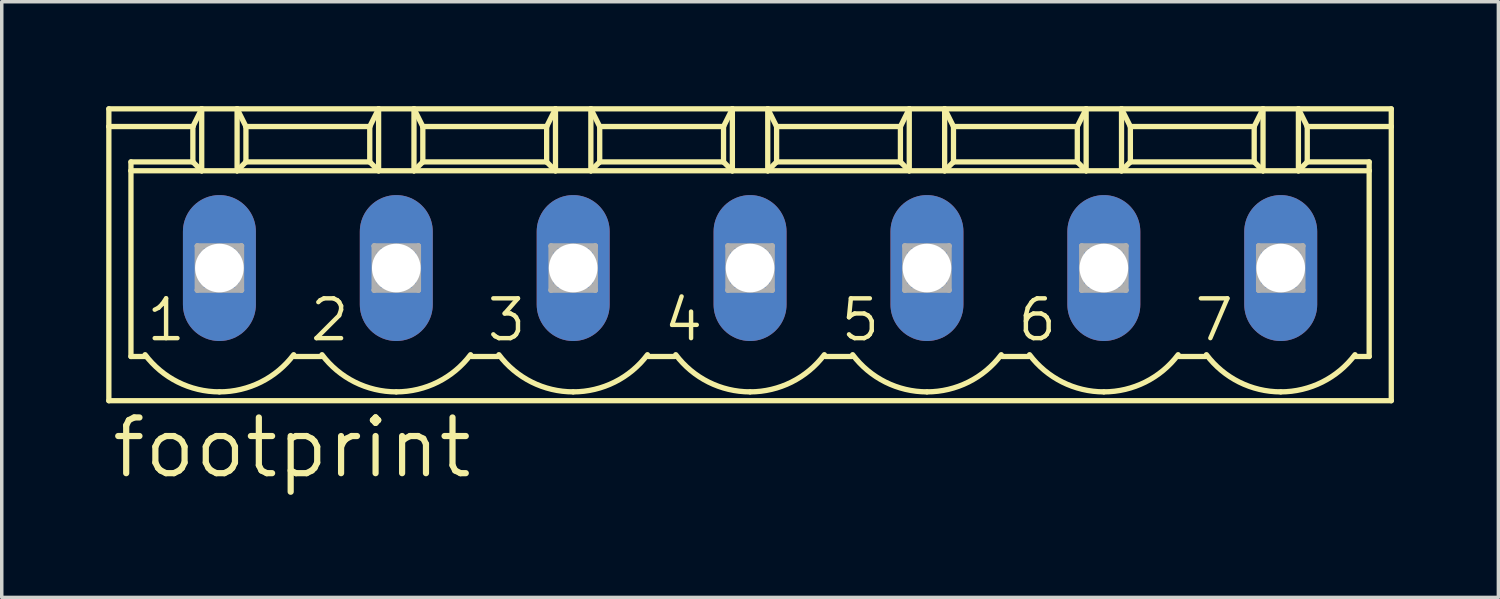
<source format=kicad_pcb>
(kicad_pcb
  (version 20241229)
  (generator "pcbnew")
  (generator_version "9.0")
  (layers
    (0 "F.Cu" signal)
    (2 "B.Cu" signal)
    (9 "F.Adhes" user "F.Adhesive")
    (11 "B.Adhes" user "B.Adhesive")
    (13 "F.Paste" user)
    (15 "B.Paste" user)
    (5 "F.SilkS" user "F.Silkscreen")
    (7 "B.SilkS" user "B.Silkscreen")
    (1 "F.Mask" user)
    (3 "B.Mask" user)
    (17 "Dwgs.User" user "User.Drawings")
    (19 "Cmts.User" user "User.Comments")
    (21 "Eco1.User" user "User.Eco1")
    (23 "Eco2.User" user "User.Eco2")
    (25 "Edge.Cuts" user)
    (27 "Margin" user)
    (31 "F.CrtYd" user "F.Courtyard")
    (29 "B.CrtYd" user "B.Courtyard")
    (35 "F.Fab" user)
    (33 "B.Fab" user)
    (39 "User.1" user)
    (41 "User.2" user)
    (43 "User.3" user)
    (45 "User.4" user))
  (footprint "footprint"
    (layer "F.Cu")
    (at 18.491 4.648)
    (property "Reference" "footprint" (at -18.415 6.096 0) (layer "F.SilkS") (effects (font (size 1.6 1.6) (thickness 0.178)) (justify left bottom)))
    (fp_line (start -18.415 -4.572) (end -18.415 -4.064) (stroke (width 0.152) (type solid)) (layer "F.SilkS"))
    (fp_line (start -18.415 -4.572) (end -15.748 -4.572) (stroke (width 0.152) (type solid)) (layer "F.SilkS"))
    (fp_line (start -18.415 -4.064) (end -18.415 3.81) (stroke (width 0.152) (type solid)) (layer "F.SilkS"))
    (fp_line (start -18.415 -4.064) (end -16.002 -4.064) (stroke (width 0.152) (type solid)) (layer "F.SilkS"))
    (fp_line (start -18.415 3.81) (end 18.415 3.81) (stroke (width 0.152) (type solid)) (layer "F.SilkS"))
    (fp_line (start -17.78 -2.794) (end -17.78 -3.048) (stroke (width 0.152) (type solid)) (layer "F.SilkS"))
    (fp_line (start -17.78 -2.794) (end -15.748 -2.794) (stroke (width 0.152) (type solid)) (layer "F.SilkS"))
    (fp_line (start -17.78 2.54) (end -17.78 -2.794) (stroke (width 0.152) (type solid)) (layer "F.SilkS"))
    (fp_line (start -17.78 2.54) (end -17.348 2.54) (stroke (width 0.152) (type solid)) (layer "F.SilkS"))
    (fp_line (start -16.002 -4.064) (end -16.002 -3.048) (stroke (width 0.152) (type solid)) (layer "F.SilkS"))
    (fp_line (start -16.002 -4.064) (end -15.748 -4.572) (stroke (width 0.152) (type solid)) (layer "F.SilkS"))
    (fp_line (start -16.002 -3.048) (end -17.78 -3.048) (stroke (width 0.152) (type solid)) (layer "F.SilkS"))
    (fp_line (start -16.002 -3.048) (end -15.748 -2.794) (stroke (width 0.152) (type solid)) (layer "F.SilkS"))
    (fp_line (start -15.748 -4.572) (end -14.732 -4.572) (stroke (width 0.152) (type solid)) (layer "F.SilkS"))
    (fp_line (start -15.748 -2.794) (end -15.748 -4.572) (stroke (width 0.152) (type solid)) (layer "F.SilkS"))
    (fp_line (start -15.748 -2.794) (end -14.732 -2.794) (stroke (width 0.152) (type solid)) (layer "F.SilkS"))
    (fp_line (start -14.732 -4.572) (end -14.478 -4.064) (stroke (width 0.152) (type solid)) (layer "F.SilkS"))
    (fp_line (start -14.732 -4.572) (end -10.668 -4.572) (stroke (width 0.152) (type solid)) (layer "F.SilkS"))
    (fp_line (start -14.732 -2.794) (end -14.732 -4.572) (stroke (width 0.152) (type solid)) (layer "F.SilkS"))
    (fp_line (start -14.732 -2.794) (end -10.668 -2.794) (stroke (width 0.152) (type solid)) (layer "F.SilkS"))
    (fp_line (start -14.478 -4.064) (end -14.478 -3.048) (stroke (width 0.152) (type solid)) (layer "F.SilkS"))
    (fp_line (start -14.478 -4.064) (end -10.922 -4.064) (stroke (width 0.152) (type solid)) (layer "F.SilkS"))
    (fp_line (start -14.478 -3.048) (end -14.732 -2.794) (stroke (width 0.152) (type solid)) (layer "F.SilkS"))
    (fp_line (start -13.081 2.54) (end -12.319 2.54) (stroke (width 0.152) (type solid)) (layer "F.SilkS"))
    (fp_line (start -10.922 -4.064) (end -10.922 -3.048) (stroke (width 0.152) (type solid)) (layer "F.SilkS"))
    (fp_line (start -10.922 -4.064) (end -10.668 -4.572) (stroke (width 0.152) (type solid)) (layer "F.SilkS"))
    (fp_line (start -10.922 -3.048) (end -14.478 -3.048) (stroke (width 0.152) (type solid)) (layer "F.SilkS"))
    (fp_line (start -10.922 -3.048) (end -10.668 -2.794) (stroke (width 0.152) (type solid)) (layer "F.SilkS"))
    (fp_line (start -10.668 -4.572) (end -9.652 -4.572) (stroke (width 0.152) (type solid)) (layer "F.SilkS"))
    (fp_line (start -10.668 -2.794) (end -10.668 -4.572) (stroke (width 0.152) (type solid)) (layer "F.SilkS"))
    (fp_line (start -10.668 -2.794) (end -9.652 -2.794) (stroke (width 0.152) (type solid)) (layer "F.SilkS"))
    (fp_line (start -9.652 -4.572) (end -9.398 -4.064) (stroke (width 0.152) (type solid)) (layer "F.SilkS"))
    (fp_line (start -9.652 -4.572) (end -5.588 -4.572) (stroke (width 0.152) (type solid)) (layer "F.SilkS"))
    (fp_line (start -9.652 -2.794) (end -9.652 -4.572) (stroke (width 0.152) (type solid)) (layer "F.SilkS"))
    (fp_line (start -9.652 -2.794) (end -5.588 -2.794) (stroke (width 0.152) (type solid)) (layer "F.SilkS"))
    (fp_line (start -9.398 -4.064) (end -9.398 -3.048) (stroke (width 0.152) (type solid)) (layer "F.SilkS"))
    (fp_line (start -9.398 -4.064) (end -5.842 -4.064) (stroke (width 0.152) (type solid)) (layer "F.SilkS"))
    (fp_line (start -9.398 -3.048) (end -9.652 -2.794) (stroke (width 0.152) (type solid)) (layer "F.SilkS"))
    (fp_line (start -8.001 2.54) (end -7.239 2.54) (stroke (width 0.152) (type solid)) (layer "F.SilkS"))
    (fp_line (start -5.842 -4.064) (end -5.842 -3.048) (stroke (width 0.152) (type solid)) (layer "F.SilkS"))
    (fp_line (start -5.842 -4.064) (end -5.588 -4.572) (stroke (width 0.152) (type solid)) (layer "F.SilkS"))
    (fp_line (start -5.842 -3.048) (end -9.398 -3.048) (stroke (width 0.152) (type solid)) (layer "F.SilkS"))
    (fp_line (start -5.842 -3.048) (end -5.588 -2.794) (stroke (width 0.152) (type solid)) (layer "F.SilkS"))
    (fp_line (start -5.588 -4.572) (end -4.572 -4.572) (stroke (width 0.152) (type solid)) (layer "F.SilkS"))
    (fp_line (start -5.588 -2.794) (end -5.588 -4.572) (stroke (width 0.152) (type solid)) (layer "F.SilkS"))
    (fp_line (start -5.588 -2.794) (end -4.572 -2.794) (stroke (width 0.152) (type solid)) (layer "F.SilkS"))
    (fp_line (start -4.572 -4.572) (end -4.318 -4.064) (stroke (width 0.152) (type solid)) (layer "F.SilkS"))
    (fp_line (start -4.572 -4.572) (end -0.508 -4.572) (stroke (width 0.152) (type solid)) (layer "F.SilkS"))
    (fp_line (start -4.572 -2.794) (end -4.572 -4.572) (stroke (width 0.152) (type solid)) (layer "F.SilkS"))
    (fp_line (start -4.572 -2.794) (end -0.508 -2.794) (stroke (width 0.152) (type solid)) (layer "F.SilkS"))
    (fp_line (start -4.318 -4.064) (end -4.318 -3.048) (stroke (width 0.152) (type solid)) (layer "F.SilkS"))
    (fp_line (start -4.318 -4.064) (end -0.762 -4.064) (stroke (width 0.152) (type solid)) (layer "F.SilkS"))
    (fp_line (start -4.318 -3.048) (end -4.572 -2.794) (stroke (width 0.152) (type solid)) (layer "F.SilkS"))
    (fp_line (start -4.318 -3.048) (end -0.762 -3.048) (stroke (width 0.152) (type solid)) (layer "F.SilkS"))
    (fp_line (start -2.921 2.54) (end -2.159 2.54) (stroke (width 0.152) (type solid)) (layer "F.SilkS"))
    (fp_line (start -0.762 -4.064) (end -0.762 -3.048) (stroke (width 0.152) (type solid)) (layer "F.SilkS"))
    (fp_line (start -0.762 -4.064) (end -0.508 -4.572) (stroke (width 0.152) (type solid)) (layer "F.SilkS"))
    (fp_line (start -0.762 -3.048) (end -0.508 -2.794) (stroke (width 0.152) (type solid)) (layer "F.SilkS"))
    (fp_line (start -0.508 -4.572) (end 0.508 -4.572) (stroke (width 0.152) (type solid)) (layer "F.SilkS"))
    (fp_line (start -0.508 -2.794) (end -0.508 -4.572) (stroke (width 0.152) (type solid)) (layer "F.SilkS"))
    (fp_line (start -0.508 -2.794) (end 0.508 -2.794) (stroke (width 0.152) (type solid)) (layer "F.SilkS"))
    (fp_line (start 0.508 -4.572) (end 0.762 -4.064) (stroke (width 0.152) (type solid)) (layer "F.SilkS"))
    (fp_line (start 0.508 -4.572) (end 4.572 -4.572) (stroke (width 0.152) (type solid)) (layer "F.SilkS"))
    (fp_line (start 0.508 -2.794) (end 0.508 -4.572) (stroke (width 0.152) (type solid)) (layer "F.SilkS"))
    (fp_line (start 0.508 -2.794) (end 4.572 -2.794) (stroke (width 0.152) (type solid)) (layer "F.SilkS"))
    (fp_line (start 0.762 -4.064) (end 0.762 -3.048) (stroke (width 0.152) (type solid)) (layer "F.SilkS"))
    (fp_line (start 0.762 -4.064) (end 4.318 -4.064) (stroke (width 0.152) (type solid)) (layer "F.SilkS"))
    (fp_line (start 0.762 -3.048) (end 0.508 -2.794) (stroke (width 0.152) (type solid)) (layer "F.SilkS"))
    (fp_line (start 0.762 -3.048) (end 4.318 -3.048) (stroke (width 0.152) (type solid)) (layer "F.SilkS"))
    (fp_line (start 2.159 2.54) (end 2.921 2.54) (stroke (width 0.152) (type solid)) (layer "F.SilkS"))
    (fp_line (start 4.318 -4.064) (end 4.318 -3.048) (stroke (width 0.152) (type solid)) (layer "F.SilkS"))
    (fp_line (start 4.318 -4.064) (end 4.572 -4.572) (stroke (width 0.152) (type solid)) (layer "F.SilkS"))
    (fp_line (start 4.318 -3.048) (end 4.572 -2.794) (stroke (width 0.152) (type solid)) (layer "F.SilkS"))
    (fp_line (start 4.572 -4.572) (end 5.588 -4.572) (stroke (width 0.152) (type solid)) (layer "F.SilkS"))
    (fp_line (start 4.572 -2.794) (end 4.572 -4.572) (stroke (width 0.152) (type solid)) (layer "F.SilkS"))
    (fp_line (start 4.572 -2.794) (end 5.588 -2.794) (stroke (width 0.152) (type solid)) (layer "F.SilkS"))
    (fp_line (start 5.588 -4.572) (end 5.842 -4.064) (stroke (width 0.152) (type solid)) (layer "F.SilkS"))
    (fp_line (start 5.588 -4.572) (end 9.652 -4.572) (stroke (width 0.152) (type solid)) (layer "F.SilkS"))
    (fp_line (start 5.588 -2.794) (end 5.588 -4.572) (stroke (width 0.152) (type solid)) (layer "F.SilkS"))
    (fp_line (start 5.588 -2.794) (end 9.652 -2.794) (stroke (width 0.152) (type solid)) (layer "F.SilkS"))
    (fp_line (start 5.842 -4.064) (end 5.842 -3.048) (stroke (width 0.152) (type solid)) (layer "F.SilkS"))
    (fp_line (start 5.842 -4.064) (end 9.398 -4.064) (stroke (width 0.152) (type solid)) (layer "F.SilkS"))
    (fp_line (start 5.842 -3.048) (end 5.588 -2.794) (stroke (width 0.152) (type solid)) (layer "F.SilkS"))
    (fp_line (start 5.842 -3.048) (end 9.398 -3.048) (stroke (width 0.152) (type solid)) (layer "F.SilkS"))
    (fp_line (start 7.239 2.54) (end 8.001 2.54) (stroke (width 0.152) (type solid)) (layer "F.SilkS"))
    (fp_line (start 9.398 -4.064) (end 9.398 -3.048) (stroke (width 0.152) (type solid)) (layer "F.SilkS"))
    (fp_line (start 9.398 -4.064) (end 9.652 -4.572) (stroke (width 0.152) (type solid)) (layer "F.SilkS"))
    (fp_line (start 9.398 -3.048) (end 9.652 -2.794) (stroke (width 0.152) (type solid)) (layer "F.SilkS"))
    (fp_line (start 9.652 -4.572) (end 10.668 -4.572) (stroke (width 0.152) (type solid)) (layer "F.SilkS"))
    (fp_line (start 9.652 -2.794) (end 9.652 -4.572) (stroke (width 0.152) (type solid)) (layer "F.SilkS"))
    (fp_line (start 9.652 -2.794) (end 10.668 -2.794) (stroke (width 0.152) (type solid)) (layer "F.SilkS"))
    (fp_line (start 10.668 -4.572) (end 10.922 -4.064) (stroke (width 0.152) (type solid)) (layer "F.SilkS"))
    (fp_line (start 10.668 -4.572) (end 14.732 -4.572) (stroke (width 0.152) (type solid)) (layer "F.SilkS"))
    (fp_line (start 10.668 -2.794) (end 10.668 -4.572) (stroke (width 0.152) (type solid)) (layer "F.SilkS"))
    (fp_line (start 10.668 -2.794) (end 14.732 -2.794) (stroke (width 0.152) (type solid)) (layer "F.SilkS"))
    (fp_line (start 10.922 -4.064) (end 10.922 -3.048) (stroke (width 0.152) (type solid)) (layer "F.SilkS"))
    (fp_line (start 10.922 -4.064) (end 14.478 -4.064) (stroke (width 0.152) (type solid)) (layer "F.SilkS"))
    (fp_line (start 10.922 -3.048) (end 10.668 -2.794) (stroke (width 0.152) (type solid)) (layer "F.SilkS"))
    (fp_line (start 10.922 -3.048) (end 14.478 -3.048) (stroke (width 0.152) (type solid)) (layer "F.SilkS"))
    (fp_line (start 12.319 2.54) (end 13.081 2.54) (stroke (width 0.152) (type solid)) (layer "F.SilkS"))
    (fp_line (start 14.478 -4.064) (end 14.478 -3.048) (stroke (width 0.152) (type solid)) (layer "F.SilkS"))
    (fp_line (start 14.478 -4.064) (end 14.732 -4.572) (stroke (width 0.152) (type solid)) (layer "F.SilkS"))
    (fp_line (start 14.478 -3.048) (end 14.732 -2.794) (stroke (width 0.152) (type solid)) (layer "F.SilkS"))
    (fp_line (start 14.732 -4.572) (end 15.748 -4.572) (stroke (width 0.152) (type solid)) (layer "F.SilkS"))
    (fp_line (start 14.732 -2.794) (end 14.732 -4.572) (stroke (width 0.152) (type solid)) (layer "F.SilkS"))
    (fp_line (start 14.732 -2.794) (end 15.748 -2.794) (stroke (width 0.152) (type solid)) (layer "F.SilkS"))
    (fp_line (start 15.748 -4.572) (end 16.002 -4.064) (stroke (width 0.152) (type solid)) (layer "F.SilkS"))
    (fp_line (start 15.748 -4.572) (end 18.415 -4.572) (stroke (width 0.152) (type solid)) (layer "F.SilkS"))
    (fp_line (start 15.748 -2.794) (end 15.748 -4.572) (stroke (width 0.152) (type solid)) (layer "F.SilkS"))
    (fp_line (start 15.748 -2.794) (end 17.78 -2.794) (stroke (width 0.152) (type solid)) (layer "F.SilkS"))
    (fp_line (start 16.002 -4.064) (end 16.002 -3.048) (stroke (width 0.152) (type solid)) (layer "F.SilkS"))
    (fp_line (start 16.002 -4.064) (end 18.415 -4.064) (stroke (width 0.152) (type solid)) (layer "F.SilkS"))
    (fp_line (start 16.002 -3.048) (end 15.748 -2.794) (stroke (width 0.152) (type solid)) (layer "F.SilkS"))
    (fp_line (start 16.002 -3.048) (end 17.78 -3.048) (stroke (width 0.152) (type solid)) (layer "F.SilkS"))
    (fp_line (start 17.348 2.54) (end 17.78 2.54) (stroke (width 0.152) (type solid)) (layer "F.SilkS"))
    (fp_line (start 17.78 -3.048) (end 17.78 -2.794) (stroke (width 0.152) (type solid)) (layer "F.SilkS"))
    (fp_line (start 17.78 -2.794) (end 17.78 2.54) (stroke (width 0.152) (type solid)) (layer "F.SilkS"))
    (fp_line (start 18.415 -4.064) (end 18.415 -4.572) (stroke (width 0.152) (type solid)) (layer "F.SilkS"))
    (fp_line (start 18.415 3.81) (end 18.415 -4.064) (stroke (width 0.152) (type solid)) (layer "F.SilkS"))
    (fp_arc (start -15.239999 3.556) (mid -16.432718 3.274437) (end -17.3736 2.4892) (stroke (width 0.1524) (type solid)) (layer "F.SilkS"))
    (fp_arc (start -13.106399 2.4892) (mid -14.047281 3.274438) (end -15.24 3.556) (stroke (width 0.1524) (type solid)) (layer "F.SilkS"))
    (fp_arc (start -10.159999 3.556) (mid -11.352718 3.274437) (end -12.2936 2.4892) (stroke (width 0.1524) (type solid)) (layer "F.SilkS"))
    (fp_arc (start -8.026399 2.4892) (mid -8.967281 3.274438) (end -10.16 3.556) (stroke (width 0.1524) (type solid)) (layer "F.SilkS"))
    (fp_arc (start -5.079999 3.556) (mid -6.272718 3.274437) (end -7.2136 2.4892) (stroke (width 0.1524) (type solid)) (layer "F.SilkS"))
    (fp_arc (start -2.946399 2.4892) (mid -3.887281 3.274438) (end -5.08 3.556) (stroke (width 0.1524) (type solid)) (layer "F.SilkS"))
    (fp_arc (start 0.000001 3.556) (mid -1.192718 3.274438) (end -2.1336 2.4892) (stroke (width 0.1524) (type solid)) (layer "F.SilkS"))
    (fp_arc (start 2.133601 2.4892) (mid 1.192719 3.274438) (end 0 3.556) (stroke (width 0.1524) (type solid)) (layer "F.SilkS"))
    (fp_arc (start 5.080001 3.556) (mid 3.887282 3.274438) (end 2.9464 2.4892) (stroke (width 0.1524) (type solid)) (layer "F.SilkS"))
    (fp_arc (start 7.2136 2.489199) (mid 6.272719 3.274437) (end 5.08 3.556) (stroke (width 0.1524) (type solid)) (layer "F.SilkS"))
    (fp_arc (start 10.160001 3.556) (mid 8.967282 3.274438) (end 8.0264 2.4892) (stroke (width 0.1524) (type solid)) (layer "F.SilkS"))
    (fp_arc (start 12.2936 2.489199) (mid 11.352719 3.274437) (end 10.16 3.556) (stroke (width 0.1524) (type solid)) (layer "F.SilkS"))
    (fp_arc (start 15.240001 3.556) (mid 14.047282 3.274438) (end 13.1064 2.4892) (stroke (width 0.1524) (type solid)) (layer "F.SilkS"))
    (fp_arc (start 17.3736 2.489199) (mid 16.432719 3.274437) (end 15.24 3.556) (stroke (width 0.1524) (type solid)) (layer "F.SilkS"))
    (fp_line (start -15.875 -0.635) (end -15.875 0.635) (stroke (width 0.152) (type solid)) (layer "F.Fab"))
    (fp_line (start -15.875 -0.635) (end -14.605 0.635) (stroke (width 0.152) (type solid)) (layer "F.Fab"))
    (fp_line (start -15.875 0.635) (end -14.605 -0.635) (stroke (width 0.152) (type solid)) (layer "F.Fab"))
    (fp_line (start -15.875 0.635) (end -14.605 0.635) (stroke (width 0.152) (type solid)) (layer "F.Fab"))
    (fp_line (start -14.605 -0.635) (end -15.875 -0.635) (stroke (width 0.152) (type solid)) (layer "F.Fab"))
    (fp_line (start -14.605 0.635) (end -14.605 -0.635) (stroke (width 0.152) (type solid)) (layer "F.Fab"))
    (fp_line (start -10.795 -0.635) (end -10.795 0.635) (stroke (width 0.152) (type solid)) (layer "F.Fab"))
    (fp_line (start -10.795 -0.635) (end -9.525 0.635) (stroke (width 0.152) (type solid)) (layer "F.Fab"))
    (fp_line (start -10.795 0.635) (end -9.525 -0.635) (stroke (width 0.152) (type solid)) (layer "F.Fab"))
    (fp_line (start -10.795 0.635) (end -9.525 0.635) (stroke (width 0.152) (type solid)) (layer "F.Fab"))
    (fp_line (start -9.525 -0.635) (end -10.795 -0.635) (stroke (width 0.152) (type solid)) (layer "F.Fab"))
    (fp_line (start -9.525 0.635) (end -9.525 -0.635) (stroke (width 0.152) (type solid)) (layer "F.Fab"))
    (fp_line (start -5.715 -0.635) (end -5.715 0.635) (stroke (width 0.152) (type solid)) (layer "F.Fab"))
    (fp_line (start -5.715 -0.635) (end -4.445 0.635) (stroke (width 0.152) (type solid)) (layer "F.Fab"))
    (fp_line (start -5.715 0.635) (end -4.445 -0.635) (stroke (width 0.152) (type solid)) (layer "F.Fab"))
    (fp_line (start -5.715 0.635) (end -4.445 0.635) (stroke (width 0.152) (type solid)) (layer "F.Fab"))
    (fp_line (start -4.445 -0.635) (end -5.715 -0.635) (stroke (width 0.152) (type solid)) (layer "F.Fab"))
    (fp_line (start -4.445 0.635) (end -4.445 -0.635) (stroke (width 0.152) (type solid)) (layer "F.Fab"))
    (fp_line (start -0.635 -0.635) (end -0.635 0.635) (stroke (width 0.152) (type solid)) (layer "F.Fab"))
    (fp_line (start -0.635 -0.635) (end 0.635 0.635) (stroke (width 0.152) (type solid)) (layer "F.Fab"))
    (fp_line (start -0.635 0.635) (end 0.635 -0.635) (stroke (width 0.152) (type solid)) (layer "F.Fab"))
    (fp_line (start -0.635 0.635) (end 0.635 0.635) (stroke (width 0.152) (type solid)) (layer "F.Fab"))
    (fp_line (start 0.635 -0.635) (end -0.635 -0.635) (stroke (width 0.152) (type solid)) (layer "F.Fab"))
    (fp_line (start 0.635 0.635) (end 0.635 -0.635) (stroke (width 0.152) (type solid)) (layer "F.Fab"))
    (fp_line (start 4.445 -0.635) (end 4.445 0.635) (stroke (width 0.152) (type solid)) (layer "F.Fab"))
    (fp_line (start 4.445 -0.635) (end 5.715 0.635) (stroke (width 0.152) (type solid)) (layer "F.Fab"))
    (fp_line (start 4.445 0.635) (end 5.715 -0.635) (stroke (width 0.152) (type solid)) (layer "F.Fab"))
    (fp_line (start 4.445 0.635) (end 5.715 0.635) (stroke (width 0.152) (type solid)) (layer "F.Fab"))
    (fp_line (start 5.715 -0.635) (end 4.445 -0.635) (stroke (width 0.152) (type solid)) (layer "F.Fab"))
    (fp_line (start 5.715 0.635) (end 5.715 -0.635) (stroke (width 0.152) (type solid)) (layer "F.Fab"))
    (fp_line (start 9.525 -0.635) (end 9.525 0.635) (stroke (width 0.152) (type solid)) (layer "F.Fab"))
    (fp_line (start 9.525 -0.635) (end 10.795 0.635) (stroke (width 0.152) (type solid)) (layer "F.Fab"))
    (fp_line (start 9.525 0.635) (end 10.795 -0.635) (stroke (width 0.152) (type solid)) (layer "F.Fab"))
    (fp_line (start 9.525 0.635) (end 10.795 0.635) (stroke (width 0.152) (type solid)) (layer "F.Fab"))
    (fp_line (start 10.795 -0.635) (end 9.525 -0.635) (stroke (width 0.152) (type solid)) (layer "F.Fab"))
    (fp_line (start 10.795 0.635) (end 10.795 -0.635) (stroke (width 0.152) (type solid)) (layer "F.Fab"))
    (fp_line (start 14.605 -0.635) (end 14.605 0.635) (stroke (width 0.152) (type solid)) (layer "F.Fab"))
    (fp_line (start 14.605 -0.635) (end 15.875 0.635) (stroke (width 0.152) (type solid)) (layer "F.Fab"))
    (fp_line (start 14.605 0.635) (end 15.875 -0.635) (stroke (width 0.152) (type solid)) (layer "F.Fab"))
    (fp_line (start 14.605 0.635) (end 15.875 0.635) (stroke (width 0.152) (type solid)) (layer "F.Fab"))
    (fp_line (start 15.875 -0.635) (end 14.605 -0.635) (stroke (width 0.152) (type solid)) (layer "F.Fab"))
    (fp_line (start 15.875 0.635) (end 15.875 -0.635) (stroke (width 0.152) (type solid)) (layer "F.Fab"))
    (fp_text user "5" (at 2.54 2.159 0) (layer "F.SilkS") (effects (font (size 1.143 1.143) (thickness 0.127)) (justify left bottom)))
    (fp_text user "6" (at 7.62 2.159 0) (layer "F.SilkS") (effects (font (size 1.143 1.143) (thickness 0.127)) (justify left bottom)))
    (fp_text user "4" (at -2.54 2.159 0) (layer "F.SilkS") (effects (font (size 1.143 1.143) (thickness 0.127)) (justify left bottom)))
    (fp_text user "1" (at -17.399 2.159 0) (layer "F.SilkS") (effects (font (size 1.143 1.143) (thickness 0.127)) (justify left bottom)))
    (fp_text user "2" (at -12.7 2.159 0) (layer "F.SilkS") (effects (font (size 1.143 1.143) (thickness 0.127)) (justify left bottom)))
    (fp_text user "3" (at -7.62 2.159 0) (layer "F.SilkS") (effects (font (size 1.143 1.143) (thickness 0.127)) (justify left bottom)))
    (fp_text user "7" (at 12.7 2.159 0) (layer "F.SilkS") (effects (font (size 1.143 1.143) (thickness 0.127)) (justify left bottom)))
    (pad "1" thru_hole oval (at -15.24 0 90) (size 4.191 2.095) (drill 1.397) (layers "*.Cu" "*.Mask"))
    (pad "2" thru_hole oval (at -10.16 0 90) (size 4.191 2.095) (drill 1.397) (layers "*.Cu" "*.Mask"))
    (pad "3" thru_hole oval (at -5.08 0 90) (size 4.191 2.095) (drill 1.397) (layers "*.Cu" "*.Mask"))
    (pad "4" thru_hole oval (at 0 0 90) (size 4.191 2.095) (drill 1.397) (layers "*.Cu" "*.Mask"))
    (pad "5" thru_hole oval (at 5.08 0 90) (size 4.191 2.095) (drill 1.397) (layers "*.Cu" "*.Mask"))
    (pad "6" thru_hole oval (at 10.16 0 90) (size 4.191 2.095) (drill 1.397) (layers "*.Cu" "*.Mask"))
    (pad "7" thru_hole oval (at 15.24 0 90) (size 4.191 2.095) (drill 1.397) (layers "*.Cu" "*.Mask")))
  (gr_rect
    (start -3 -3)
    (end 39.982 14.107)
    (stroke (width 0.1) (type default))
    (fill no)
    (layer "Edge.Cuts")))
</source>
